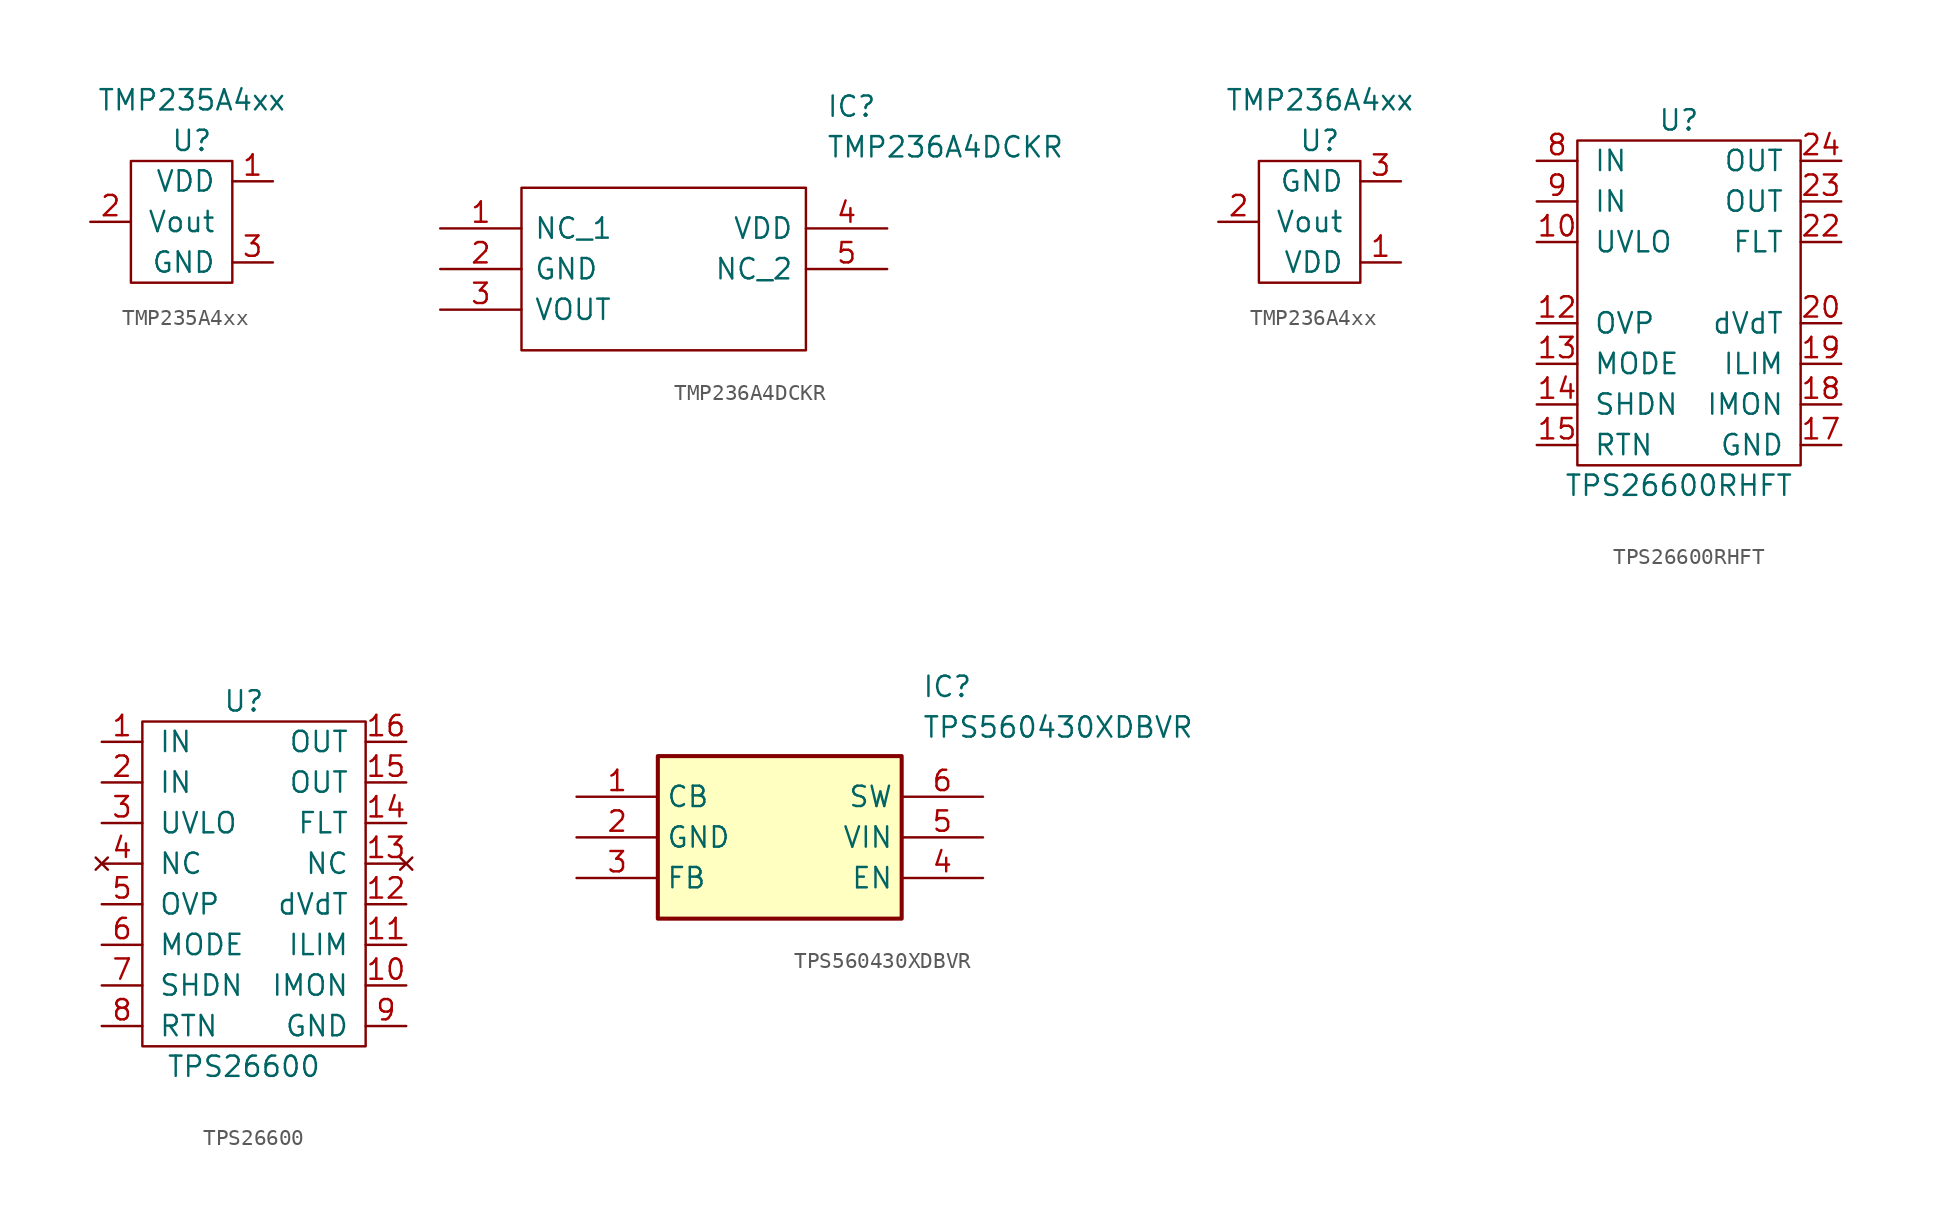
<source format=kicad_sym>
(kicad_symbol_lib
  (version 20231120)
  (generator "kicad_symbol_editor")
  (generator_version "8.0")
  (symbol "TMP235A4xx"
    (pin_names
      (offset 1.016))
    (property "Reference" "U"
      (at 0 0 0)
      (effects (font (size 1.27 1.27))))
    (property "Value" "TMP235A4xx"
      (at 0 2.54 0)
      (effects (font (size 1.27 1.27))))
    (symbol "TMP235A4xx_0_1"
      (rectangle (start -3.81 -1.27) (end 2.54 -8.89) (stroke (width 0) (type solid)) (fill (type none))))
    (symbol "TMP235A4xx_1_1"
      (pin input line (at 5.08 -2.54 180) (length 2.54) (name "VDD" (effects (font (size 1.27 1.27)))) (number "1" (effects (font (size 1.27 1.27)))))
      (pin input line (at -6.35 -5.08 0) (length 2.54) (name "Vout" (effects (font (size 1.27 1.27)))) (number "2" (effects (font (size 1.27 1.27)))))
      (pin input line (at 5.08 -7.62 180) (length 2.54) (name "GND" (effects (font (size 1.27 1.27)))) (number "3" (effects (font (size 1.27 1.27)))))))
  (symbol "TMP236A4DCKR"
    (pin_names
      (offset 0.762))
    (property "Reference" "IC"
      (at 24.13 7.62 0)
      (effects (font (size 1.27 1.27)) (justify left)))
    (property "Value" "TMP236A4DCKR"
      (at 24.13 5.08 0)
      (effects (font (size 1.27 1.27)) (justify left)))
    (symbol "TMP236A4DCKR_0_0"
      (pin passive line (at 0 0 0) (length 5.08) (name "NC_1" (effects (font (size 1.27 1.27)))) (number "1" (effects (font (size 1.27 1.27)))))
      (pin passive line (at 0 -2.54 0) (length 5.08) (name "GND" (effects (font (size 1.27 1.27)))) (number "2" (effects (font (size 1.27 1.27)))))
      (pin passive line (at 0 -5.08 0) (length 5.08) (name "VOUT" (effects (font (size 1.27 1.27)))) (number "3" (effects (font (size 1.27 1.27)))))
      (pin passive line (at 27.94 0 180) (length 5.08) (name "VDD" (effects (font (size 1.27 1.27)))) (number "4" (effects (font (size 1.27 1.27)))))
      (pin passive line (at 27.94 -2.54 180) (length 5.08) (name "NC_2" (effects (font (size 1.27 1.27)))) (number "5" (effects (font (size 1.27 1.27))))))
    (symbol "TMP236A4DCKR_0_1"
      (polyline (pts (xy 5.08 2.54) (xy 22.86 2.54) (xy 22.86 -7.62) (xy 5.08 -7.62) (xy 5.08 2.54)) (stroke (width 0.152) (type solid)) (fill (type none)))))
  (symbol "TMP236A4xx"
    (pin_names
      (offset 1.016))
    (property "Reference" "U"
      (at 0 0 0)
      (effects (font (size 1.27 1.27))))
    (property "Value" "TMP236A4xx"
      (at 0 2.54 0)
      (effects (font (size 1.27 1.27))))
    (symbol "TMP236A4xx_0_1"
      (rectangle (start -3.81 -1.27) (end 2.54 -8.89) (stroke (width 0) (type solid)) (fill (type none))))
    (symbol "TMP236A4xx_1_1"
      (pin input line (at 5.08 -7.62 180) (length 2.54) (name "VDD" (effects (font (size 1.27 1.27)))) (number "1" (effects (font (size 1.27 1.27)))))
      (pin input line (at -6.35 -5.08 0) (length 2.54) (name "Vout" (effects (font (size 1.27 1.27)))) (number "2" (effects (font (size 1.27 1.27)))))
      (pin input line (at 5.08 -2.54 180) (length 2.54) (name "GND" (effects (font (size 1.27 1.27)))) (number "3" (effects (font (size 1.27 1.27)))))))
  (symbol "TPS26600RHFT"
    (pin_names
      (offset 1.016))
    (property "Reference" "U"
      (at -1.27 -2.54 0)
      (effects (font (size 1.27 1.27))))
    (property "Value" "TPS26600RHFT"
      (at -1.27 -25.4 0)
      (effects (font (size 1.27 1.27))))
    (symbol "TPS26600RHFT_0_0"
      (pin input line (at -10.16 -10.16 0) (length 2.54) (name "UVLO" (effects (font (size 1.27 1.27)))) (number "10" (effects (font (size 1.27 1.27)))))
      (pin input line (at -10.16 -15.24 0) (length 2.54) (name "OVP" (effects (font (size 1.27 1.27)))) (number "12" (effects (font (size 1.27 1.27)))))
      (pin input line (at -10.16 -17.78 0) (length 2.54) (name "MODE" (effects (font (size 1.27 1.27)))) (number "13" (effects (font (size 1.27 1.27)))))
      (pin input line (at -10.16 -20.32 0) (length 2.54) (name "SHDN" (effects (font (size 1.27 1.27)))) (number "14" (effects (font (size 1.27 1.27)))))
      (pin input line (at -10.16 -22.86 0) (length 2.54) (name "RTN" (effects (font (size 1.27 1.27)))) (number "15" (effects (font (size 1.27 1.27)))))
      (pin input line (at 8.89 -22.86 180) (length 2.54) (name "GND" (effects (font (size 1.27 1.27)))) (number "17" (effects (font (size 1.27 1.27)))))
      (pin input line (at 8.89 -20.32 180) (length 2.54) (name "IMON" (effects (font (size 1.27 1.27)))) (number "18" (effects (font (size 1.27 1.27)))))
      (pin input line (at 8.89 -17.78 180) (length 2.54) (name "ILIM" (effects (font (size 1.27 1.27)))) (number "19" (effects (font (size 1.27 1.27)))))
      (pin input line (at 8.89 -15.24 180) (length 2.54) (name "dVdT" (effects (font (size 1.27 1.27)))) (number "20" (effects (font (size 1.27 1.27)))))
      (pin input line (at 8.89 -10.16 180) (length 2.54) (name "FLT" (effects (font (size 1.27 1.27)))) (number "22" (effects (font (size 1.27 1.27)))))
      (pin output line (at 8.89 -7.62 180) (length 2.54) (name "OUT" (effects (font (size 1.27 1.27)))) (number "23" (effects (font (size 1.27 1.27)))))
      (pin output line (at 8.89 -5.08 180) (length 2.54) (name "OUT" (effects (font (size 1.27 1.27)))) (number "24" (effects (font (size 1.27 1.27)))))
      (pin input line (at -10.16 -5.08 0) (length 2.54) (name "IN" (effects (font (size 1.27 1.27)))) (number "8" (effects (font (size 1.27 1.27)))))
      (pin input line (at -10.16 -7.62 0) (length 2.54) (name "IN" (effects (font (size 1.27 1.27)))) (number "9" (effects (font (size 1.27 1.27))))))
    (symbol "TPS26600RHFT_0_1"
      (rectangle (start -7.62 -3.81) (end 6.35 -24.13) (stroke (width 0) (type solid)) (fill (type none)))))
  (symbol "TPS26600"
    (pin_names
      (offset 1.016))
    (property "Reference" "U"
      (at -1.27 -2.54 0)
      (effects (font (size 1.27 1.27))))
    (property "Value" "TPS26600"
      (at -1.27 -25.4 0)
      (effects (font (size 1.27 1.27))))
    (symbol "TPS26600_0_0"
      (pin input line (at -10.16 -5.08 0) (length 2.54) (name "IN" (effects (font (size 1.27 1.27)))) (number "1" (effects (font (size 1.27 1.27)))))
      (pin input line (at 8.89 -20.32 180) (length 2.54) (name "IMON" (effects (font (size 1.27 1.27)))) (number "10" (effects (font (size 1.27 1.27)))))
      (pin input line (at 8.89 -17.78 180) (length 2.54) (name "ILIM" (effects (font (size 1.27 1.27)))) (number "11" (effects (font (size 1.27 1.27)))))
      (pin input line (at 8.89 -15.24 180) (length 2.54) (name "dVdT" (effects (font (size 1.27 1.27)))) (number "12" (effects (font (size 1.27 1.27)))))
      (pin no_connect line (at 8.89 -12.7 180) (length 2.54) (name "NC" (effects (font (size 1.27 1.27)))) (number "13" (effects (font (size 1.27 1.27)))))
      (pin input line (at 8.89 -10.16 180) (length 2.54) (name "FLT" (effects (font (size 1.27 1.27)))) (number "14" (effects (font (size 1.27 1.27)))))
      (pin output line (at 8.89 -7.62 180) (length 2.54) (name "OUT" (effects (font (size 1.27 1.27)))) (number "15" (effects (font (size 1.27 1.27)))))
      (pin output line (at 8.89 -5.08 180) (length 2.54) (name "OUT" (effects (font (size 1.27 1.27)))) (number "16" (effects (font (size 1.27 1.27)))))
      (pin input line (at -10.16 -7.62 0) (length 2.54) (name "IN" (effects (font (size 1.27 1.27)))) (number "2" (effects (font (size 1.27 1.27)))))
      (pin input line (at -10.16 -10.16 0) (length 2.54) (name "UVLO" (effects (font (size 1.27 1.27)))) (number "3" (effects (font (size 1.27 1.27)))))
      (pin no_connect line (at -10.16 -12.7 0) (length 2.54) (name "NC" (effects (font (size 1.27 1.27)))) (number "4" (effects (font (size 1.27 1.27)))))
      (pin input line (at -10.16 -15.24 0) (length 2.54) (name "OVP" (effects (font (size 1.27 1.27)))) (number "5" (effects (font (size 1.27 1.27)))))
      (pin input line (at -10.16 -17.78 0) (length 2.54) (name "MODE" (effects (font (size 1.27 1.27)))) (number "6" (effects (font (size 1.27 1.27)))))
      (pin input line (at -10.16 -20.32 0) (length 2.54) (name "SHDN" (effects (font (size 1.27 1.27)))) (number "7" (effects (font (size 1.27 1.27)))))
      (pin input line (at -10.16 -22.86 0) (length 2.54) (name "RTN" (effects (font (size 1.27 1.27)))) (number "8" (effects (font (size 1.27 1.27)))))
      (pin input line (at 8.89 -22.86 180) (length 2.54) (name "GND" (effects (font (size 1.27 1.27)))) (number "9" (effects (font (size 1.27 1.27))))))
    (symbol "TPS26600_0_1"
      (rectangle (start -7.62 -3.81) (end 6.35 -24.13) (stroke (width 0) (type solid)) (fill (type none)))))
  (symbol "TPS560430XDBVR"
    (property "Reference" "IC"
      (at 21.59 7.62 0)
      (effects (font (size 1.27 1.27)) (justify left top)))
    (property "Value" "TPS560430XDBVR"
      (at 21.59 5.08 0)
      (effects (font (size 1.27 1.27)) (justify left top)))
    (symbol "TPS560430XDBVR_1_1"
      (rectangle (start 5.08 2.54) (end 20.32 -7.62) (stroke (width 0.254) (type default)) (fill (type background)))
      (pin passive line (at 0 0 0) (length 5.08) (name "CB" (effects (font (size 1.27 1.27)))) (number "1" (effects (font (size 1.27 1.27)))))
      (pin passive line (at 0 -2.54 0) (length 5.08) (name "GND" (effects (font (size 1.27 1.27)))) (number "2" (effects (font (size 1.27 1.27)))))
      (pin passive line (at 0 -5.08 0) (length 5.08) (name "FB" (effects (font (size 1.27 1.27)))) (number "3" (effects (font (size 1.27 1.27)))))
      (pin passive line (at 25.4 -5.08 180) (length 5.08) (name "EN" (effects (font (size 1.27 1.27)))) (number "4" (effects (font (size 1.27 1.27)))))
      (pin passive line (at 25.4 -2.54 180) (length 5.08) (name "VIN" (effects (font (size 1.27 1.27)))) (number "5" (effects (font (size 1.27 1.27)))))
      (pin passive line (at 25.4 0 180) (length 5.08) (name "SW" (effects (font (size 1.27 1.27)))) (number "6" (effects (font (size 1.27 1.27))))))))
</source>
